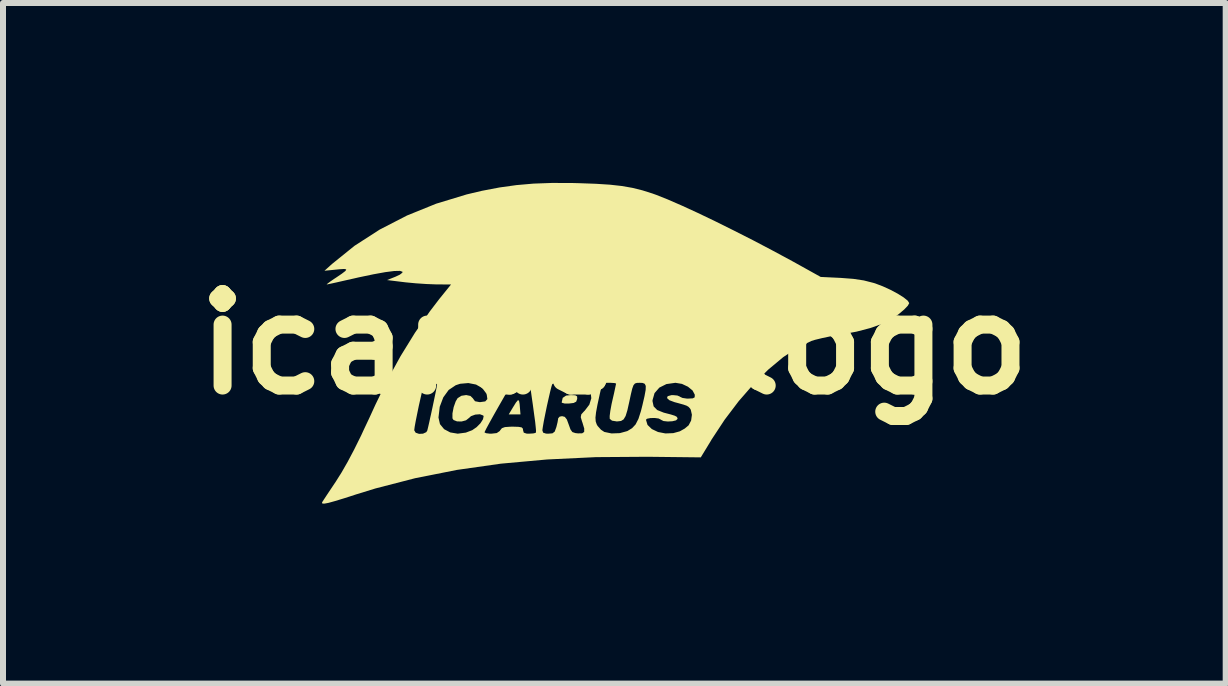
<source format=kicad_pcb>
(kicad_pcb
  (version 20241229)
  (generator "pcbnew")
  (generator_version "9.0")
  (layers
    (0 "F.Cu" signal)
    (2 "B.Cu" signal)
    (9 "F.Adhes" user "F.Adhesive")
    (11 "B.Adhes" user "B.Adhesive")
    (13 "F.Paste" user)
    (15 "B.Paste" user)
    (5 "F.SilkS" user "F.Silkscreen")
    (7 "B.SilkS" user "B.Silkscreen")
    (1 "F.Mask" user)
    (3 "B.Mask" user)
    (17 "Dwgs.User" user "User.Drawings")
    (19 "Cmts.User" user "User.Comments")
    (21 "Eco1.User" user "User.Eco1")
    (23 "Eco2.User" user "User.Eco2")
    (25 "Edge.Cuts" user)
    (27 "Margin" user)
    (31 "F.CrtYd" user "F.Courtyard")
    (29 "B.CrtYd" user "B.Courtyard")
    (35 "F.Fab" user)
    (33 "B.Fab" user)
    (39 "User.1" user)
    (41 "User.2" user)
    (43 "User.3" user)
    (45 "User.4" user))
  (footprint "icarus-logo"
    (layer "F.Cu")
    (at 7.192 2.688)
    (property "Reference" "icarus-logo" (at 0 0 0) (layer "F.SilkS") (effects (font (size 1.524 1.524) (thickness 0.3))))
    (attr board_only exclude_from_pos_files exclude_from_bom)
    (fp_poly (pts (xy -1.589 0.943) (xy -1.579 0.999) (xy -1.576 1.036) (xy -1.565 1.171) (xy -1.761 1.171) (xy -1.695 1.061) (xy -1.64 0.972) (xy -1.607 0.933)) (stroke (width 0) (type solid)) (fill yes) (layer "F.SilkS"))
    (fp_poly (pts (xy -0.652 0.852) (xy -0.621 0.87) (xy -0.619 0.91) (xy -0.62 0.914) (xy -0.636 0.958) (xy -0.679 0.98) (xy -0.754 0.989) (xy -0.829 0.989) (xy -0.873 0.977) (xy -0.878 0.97) (xy -0.861 0.895) (xy -0.805 0.857) (xy -0.726 0.849)) (stroke (width 0) (type solid)) (fill yes) (layer "F.SilkS"))
    (fp_poly (pts (xy -0.702 -2.687) (xy -0.586 -2.684) (xy -0.307 -2.674) (xy -0.073 -2.659) (xy 0.125 -2.637) (xy 0.302 -2.606) (xy 0.467 -2.565) (xy 0.635 -2.512) (xy 0.699 -2.489) (xy 0.89 -2.413) (xy 1.124 -2.311) (xy 1.392 -2.188) (xy 1.686 -2.047) (xy 1.998 -1.892) (xy 2.321 -1.728) (xy 2.646 -1.557) (xy 2.965 -1.385) (xy 3.088 -1.317) (xy 3.44 -1.121) (xy 3.775 -1.105) (xy 3.984 -1.089) (xy 4.158 -1.063) (xy 4.319 -1.022) (xy 4.349 -1.013) (xy 4.475 -0.965) (xy 4.604 -0.906) (xy 4.724 -0.842) (xy 4.824 -0.779) (xy 4.892 -0.724) (xy 4.916 -0.684) (xy 4.893 -0.642) (xy 4.833 -0.579) (xy 4.747 -0.506) (xy 4.648 -0.434) (xy 4.617 -0.415) (xy 4.465 -0.339) (xy 4.267 -0.269) (xy 4.037 -0.209) (xy 3.786 -0.162) (xy 3.764 -0.158) (xy 3.613 -0.133) (xy 3.466 -0.102) (xy 3.343 -0.072) (xy 3.283 -0.053) (xy 3.054 0.057) (xy 2.814 0.217) (xy 2.567 0.423) (xy 2.318 0.669) (xy 2.074 0.949) (xy 1.839 1.259) (xy 1.619 1.593) (xy 1.606 1.616) (xy 1.441 1.887) (xy 0.552 1.877) (xy -0.307 1.883) (xy -1.121 1.922) (xy -1.892 1.992) (xy -2.624 2.096) (xy -3.32 2.234) (xy -3.982 2.405) (xy -4.304 2.504) (xy -4.505 2.569) (xy -4.656 2.615) (xy -4.764 2.645) (xy -4.832 2.658) (xy -4.867 2.657) (xy -4.874 2.643) (xy -4.866 2.626) (xy -4.842 2.589) (xy -4.792 2.513) (xy -4.724 2.411) (xy -4.645 2.293) (xy -4.645 2.293) (xy -4.548 2.139) (xy -4.447 1.963) (xy -4.339 1.759) (xy -4.22 1.519) (xy -4.182 1.436) (xy -3.336 1.436) (xy -3.312 1.476) (xy -3.256 1.495) (xy -3.19 1.492) (xy -3.136 1.467) (xy -3.119 1.441) (xy -3.106 1.389) (xy -3.085 1.298) (xy -3.069 1.223) (xy -2.932 1.223) (xy -2.907 1.333) (xy -2.838 1.417) (xy -2.736 1.471) (xy -2.611 1.492) (xy -2.474 1.474) (xy -2.465 1.47) (xy -2.165 1.47) (xy -2.139 1.484) (xy -2.075 1.492) (xy -2.049 1.492) (xy -1.961 1.482) (xy -1.911 1.448) (xy -1.902 1.434) (xy -1.874 1.4) (xy -1.824 1.382) (xy -1.738 1.376) (xy -1.696 1.375) (xy -1.598 1.378) (xy -1.546 1.387) (xy -1.525 1.408) (xy -1.522 1.434) (xy -1.51 1.475) (xy -1.463 1.491) (xy -1.424 1.492) (xy -1.353 1.488) (xy -1.313 1.479) (xy -1.312 1.478) (xy -1.307 1.465) (xy -1.306 1.436) (xy -1.2 1.436) (xy -1.187 1.475) (xy -1.139 1.491) (xy -1.099 1.492) (xy -1.031 1.486) (xy -0.994 1.457) (xy -0.969 1.388) (xy -0.967 1.383) (xy -0.947 1.302) (xy -0.937 1.243) (xy -0.937 1.236) (xy -0.912 1.208) (xy -0.871 1.2) (xy -0.826 1.212) (xy -0.792 1.255) (xy -0.761 1.339) (xy -0.731 1.422) (xy -0.7 1.465) (xy -0.65 1.482) (xy -0.607 1.487) (xy -0.537 1.486) (xy -0.503 1.463) (xy -0.502 1.407) (xy -0.531 1.31) (xy -0.539 1.288) (xy -0.558 1.224) (xy -0.315 1.224) (xy -0.311 1.287) (xy -0.295 1.335) (xy -0.28 1.362) (xy -0.223 1.426) (xy -0.167 1.463) (xy -0.047 1.488) (xy 0.091 1.483) (xy 0.215 1.449) (xy 0.221 1.446) (xy 0.296 1.4) (xy 0.354 1.338) (xy 0.394 1.26) (xy 0.527 1.26) (xy 0.553 1.346) (xy 0.625 1.415) (xy 0.728 1.464) (xy 0.852 1.488) (xy 0.982 1.483) (xy 1.091 1.453) (xy 1.173 1.407) (xy 1.238 1.353) (xy 1.28 1.273) (xy 1.293 1.177) (xy 1.274 1.092) (xy 1.26 1.07) (xy 1.237 1.045) (xy 1.206 1.026) (xy 1.155 1.008) (xy 1.069 0.984) (xy 1.002 0.966) (xy 0.917 0.934) (xy 0.878 0.898) (xy 0.889 0.867) (xy 0.95 0.85) (xy 0.979 0.849) (xy 1.051 0.856) (xy 1.095 0.875) (xy 1.097 0.878) (xy 1.136 0.896) (xy 1.209 0.907) (xy 1.233 0.907) (xy 1.308 0.903) (xy 1.339 0.886) (xy 1.341 0.847) (xy 1.341 0.842) (xy 1.304 0.772) (xy 1.227 0.709) (xy 1.127 0.662) (xy 1.02 0.644) (xy 1.017 0.644) (xy 0.868 0.665) (xy 0.75 0.724) (xy 0.67 0.816) (xy 0.637 0.932) (xy 0.636 0.949) (xy 0.655 1.037) (xy 0.715 1.098) (xy 0.825 1.142) (xy 0.83 1.143) (xy 0.942 1.172) (xy 1.008 1.193) (xy 1.041 1.211) (xy 1.052 1.231) (xy 1.053 1.246) (xy 1.028 1.27) (xy 0.966 1.285) (xy 0.89 1.289) (xy 0.819 1.281) (xy 0.777 1.26) (xy 0.775 1.258) (xy 0.738 1.239) (xy 0.672 1.23) (xy 0.6 1.232) (xy 0.544 1.243) (xy 0.527 1.26) (xy 0.394 1.26) (xy 0.401 1.247) (xy 0.443 1.116) (xy 0.468 1.017) (xy 0.503 0.866) (xy 0.522 0.762) (xy 0.524 0.696) (xy 0.507 0.661) (xy 0.472 0.646) (xy 0.426 0.644) (xy 0.378 0.645) (xy 0.344 0.655) (xy 0.319 0.684) (xy 0.298 0.742) (xy 0.275 0.838) (xy 0.249 0.96) (xy 0.217 1.103) (xy 0.188 1.197) (xy 0.155 1.253) (xy 0.112 1.28) (xy 0.053 1.287) (xy 0.042 1.288) (xy -0.039 1.275) (xy -0.077 1.244) (xy -0.078 1.198) (xy -0.067 1.111) (xy -0.046 0.997) (xy -0.032 0.935) (xy -0.005 0.818) (xy 0.015 0.724) (xy 0.027 0.667) (xy 0.029 0.656) (xy 0.003 0.648) (xy -0.061 0.644) (xy -0.085 0.644) (xy -0.2 0.644) (xy -0.245 0.841) (xy -0.282 1.011) (xy -0.305 1.135) (xy -0.315 1.224) (xy -0.558 1.224) (xy -0.56 1.217) (xy -0.551 1.17) (xy -0.505 1.119) (xy -0.494 1.109) (xy -0.417 1.008) (xy -0.384 0.901) (xy -0.396 0.799) (xy -0.454 0.717) (xy -0.496 0.688) (xy -0.561 0.668) (xy -0.658 0.654) (xy -0.769 0.645) (xy -0.879 0.643) (xy -0.971 0.648) (xy -1.027 0.661) (xy -1.036 0.668) (xy -1.049 0.708) (xy -1.07 0.791) (xy -1.096 0.904) (xy -1.125 1.033) (xy -1.152 1.165) (xy -1.176 1.284) (xy -1.192 1.378) (xy -1.2 1.433) (xy -1.2 1.436) (xy -1.306 1.436) (xy -1.306 1.436) (xy -1.311 1.382) (xy -1.32 1.296) (xy -1.337 1.172) (xy -1.36 1.001) (xy -1.377 0.884) (xy -1.411 0.641) (xy -1.561 0.65) (xy -1.712 0.658) (xy -1.938 1.053) (xy -2.016 1.191) (xy -2.082 1.31) (xy -2.132 1.402) (xy -2.16 1.458) (xy -2.165 1.47) (xy -2.465 1.47) (xy -2.37 1.434) (xy -2.296 1.383) (xy -2.232 1.318) (xy -2.19 1.252) (xy -2.179 1.201) (xy -2.186 1.189) (xy -2.241 1.168) (xy -2.319 1.174) (xy -2.39 1.2) (xy -2.422 1.229) (xy -2.473 1.269) (xy -2.547 1.289) (xy -2.623 1.287) (xy -2.681 1.264) (xy -2.699 1.236) (xy -2.699 1.154) (xy -2.679 1.05) (xy -2.645 0.954) (xy -2.613 0.9) (xy -2.549 0.86) (xy -2.47 0.848) (xy -2.399 0.863) (xy -2.356 0.905) (xy -2.356 0.907) (xy -2.323 0.951) (xy -2.253 0.965) (xy -2.238 0.966) (xy -2.152 0.954) (xy -2.117 0.915) (xy -2.127 0.843) (xy -2.136 0.82) (xy -2.202 0.732) (xy -2.306 0.673) (xy -2.434 0.648) (xy -2.571 0.66) (xy -2.644 0.684) (xy -2.762 0.763) (xy -2.852 0.887) (xy -2.911 1.043) (xy -2.932 1.223) (xy -2.932 1.223) (xy -3.069 1.223) (xy -3.059 1.18) (xy -3.031 1.05) (xy -3.004 0.921) (xy -2.98 0.806) (xy -2.963 0.719) (xy -2.956 0.673) (xy -2.956 0.671) (xy -2.98 0.653) (xy -3.039 0.645) (xy -3.106 0.647) (xy -3.159 0.658) (xy -3.172 0.668) (xy -3.185 0.708) (xy -3.206 0.791) (xy -3.232 0.904) (xy -3.261 1.033) (xy -3.288 1.165) (xy -3.312 1.284) (xy -3.329 1.378) (xy -3.336 1.433) (xy -3.336 1.436) (xy -4.182 1.436) (xy -4.087 1.235) (xy -3.984 1.01) (xy -3.787 0.604) (xy -3.564 0.199) (xy -3.324 -0.19) (xy -3.076 -0.547) (xy -2.918 -0.754) (xy -2.723 -0.995) (xy -2.978 -0.997) (xy -3.133 -1.003) (xy -3.311 -1.015) (xy -3.48 -1.031) (xy -3.512 -1.035) (xy -3.79 -1.069) (xy -3.651 -1.124) (xy -3.576 -1.159) (xy -3.534 -1.192) (xy -3.531 -1.207) (xy -3.573 -1.222) (xy -3.67 -1.22) (xy -3.819 -1.201) (xy -4.018 -1.165) (xy -4.266 -1.113) (xy -4.344 -1.095) (xy -4.496 -1.061) (xy -4.627 -1.031) (xy -4.727 -1.009) (xy -4.786 -0.997) (xy -4.797 -0.995) (xy -4.783 -1.009) (xy -4.731 -1.048) (xy -4.653 -1.101) (xy -4.652 -1.101) (xy -4.543 -1.175) (xy -4.482 -1.222) (xy -4.469 -1.247) (xy -4.504 -1.254) (xy -4.585 -1.249) (xy -4.633 -1.244) (xy -4.833 -1.224) (xy -4.706 -1.338) (xy -4.332 -1.64) (xy -3.913 -1.91) (xy -3.457 -2.145) (xy -2.971 -2.342) (xy -2.461 -2.497) (xy -2.207 -2.557) (xy -1.913 -2.613) (xy -1.633 -2.652) (xy -1.348 -2.677) (xy -1.043 -2.688)) (stroke (width 0) (type solid)) (fill yes) (layer "F.SilkS")))
  (gr_rect
    (start -3 -3)
    (end 17.384 8.346)
    (stroke (width 0.1) (type default))
    (fill no)
    (layer "Edge.Cuts")))
</source>
